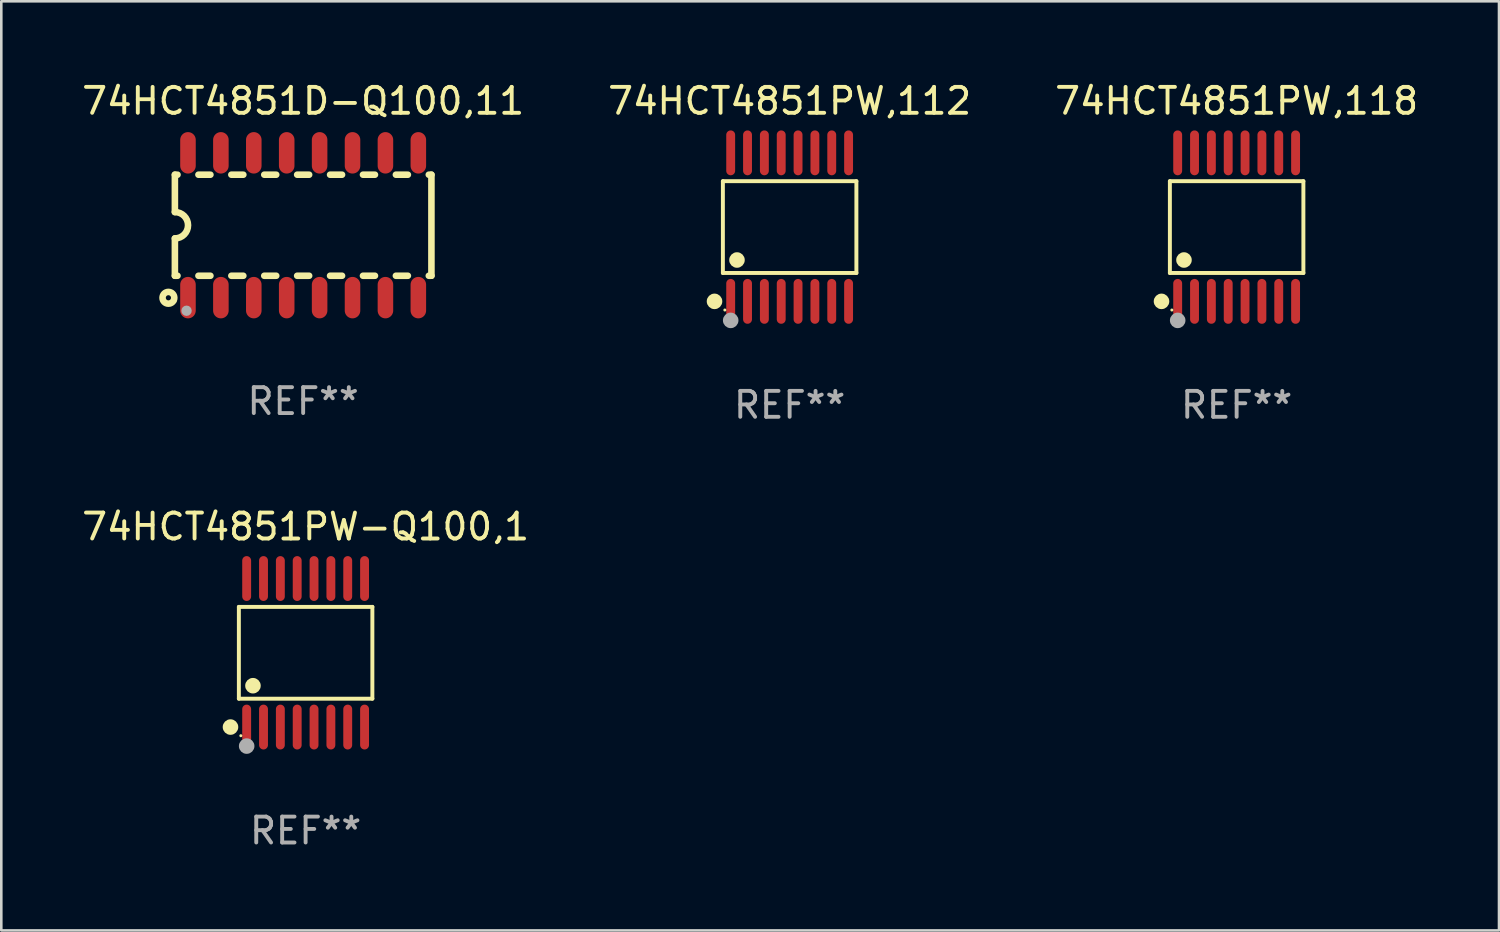
<source format=kicad_pcb>
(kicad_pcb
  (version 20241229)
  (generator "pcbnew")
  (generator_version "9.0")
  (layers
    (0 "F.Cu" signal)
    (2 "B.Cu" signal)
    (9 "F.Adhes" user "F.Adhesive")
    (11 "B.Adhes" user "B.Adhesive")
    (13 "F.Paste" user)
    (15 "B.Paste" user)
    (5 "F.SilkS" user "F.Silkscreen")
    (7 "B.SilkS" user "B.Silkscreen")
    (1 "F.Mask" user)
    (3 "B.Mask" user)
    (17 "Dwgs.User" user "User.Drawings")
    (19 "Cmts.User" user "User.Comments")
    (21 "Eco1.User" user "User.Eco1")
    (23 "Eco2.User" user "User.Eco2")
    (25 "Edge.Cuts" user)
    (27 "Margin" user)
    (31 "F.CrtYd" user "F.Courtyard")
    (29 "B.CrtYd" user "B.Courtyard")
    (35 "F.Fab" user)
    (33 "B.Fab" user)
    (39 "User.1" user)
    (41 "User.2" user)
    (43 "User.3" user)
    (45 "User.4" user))
  (footprint "74HCT4851PW,112"
    (layer "F.Cu")
    (at 27.423 5.714)
    (property "Reference" "74HCT4851PW,112" (at 0 -4.866 0) (layer "F.SilkS") (effects (font (size 1 1) (thickness 0.15))))
    (attr through_hole)
    (fp_line (start -2.576 -1.772) (end 2.576 -1.772) (stroke (width 0.152) (type solid)) (layer "F.SilkS"))
    (fp_line (start -2.576 1.771) (end -2.576 -1.772) (stroke (width 0.152) (type solid)) (layer "F.SilkS"))
    (fp_line (start 2.576 -1.772) (end 2.576 1.771) (stroke (width 0.152) (type solid)) (layer "F.SilkS"))
    (fp_line (start 2.576 1.771) (end -2.576 1.771) (stroke (width 0.152) (type solid)) (layer "F.SilkS"))
    (fp_circle (center -2.899 2.866) (end -2.749 2.866) (stroke (width 0.3) (type solid)) (fill no) (layer "F.SilkS"))
    (fp_circle (center -2.5 3.2) (end -2.47 3.2) (stroke (width 0.06) (type solid)) (fill no) (layer "F.SilkS"))
    (fp_circle (center -2.032 1.27) (end -1.882 1.27) (stroke (width 0.3) (type solid)) (fill no) (layer "F.SilkS"))
    (fp_circle (center -2.275 3.6) (end -2.125 3.6) (stroke (width 0.3) (type solid)) (fill no) (layer "F.Fab"))
    (fp_text user "REF**" (at 0 6.866 0) (layer "F.Fab") (effects (font (size 1 1) (thickness 0.15))))
    (pad "1" smd oval (at -2.275 2.866) (size 0.343 1.731) (layers "F.Cu" "F.Mask" "F.Paste"))
    (pad "2" smd oval (at -1.625 2.866) (size 0.343 1.731) (layers "F.Cu" "F.Mask" "F.Paste"))
    (pad "3" smd oval (at -0.975 2.866) (size 0.343 1.731) (layers "F.Cu" "F.Mask" "F.Paste"))
    (pad "4" smd oval (at -0.325 2.866) (size 0.343 1.731) (layers "F.Cu" "F.Mask" "F.Paste"))
    (pad "5" smd oval (at 0.325 2.866) (size 0.343 1.731) (layers "F.Cu" "F.Mask" "F.Paste"))
    (pad "6" smd oval (at 0.975 2.866) (size 0.343 1.731) (layers "F.Cu" "F.Mask" "F.Paste"))
    (pad "7" smd oval (at 1.625 2.866) (size 0.343 1.731) (layers "F.Cu" "F.Mask" "F.Paste"))
    (pad "8" smd oval (at 2.275 2.866) (size 0.343 1.731) (layers "F.Cu" "F.Mask" "F.Paste"))
    (pad "9" smd oval (at 2.275 -2.866) (size 0.343 1.731) (layers "F.Cu" "F.Mask" "F.Paste"))
    (pad "10" smd oval (at 1.625 -2.866) (size 0.343 1.731) (layers "F.Cu" "F.Mask" "F.Paste"))
    (pad "11" smd oval (at 0.975 -2.866) (size 0.343 1.731) (layers "F.Cu" "F.Mask" "F.Paste"))
    (pad "12" smd oval (at 0.325 -2.866) (size 0.343 1.731) (layers "F.Cu" "F.Mask" "F.Paste"))
    (pad "13" smd oval (at -0.325 -2.866) (size 0.343 1.731) (layers "F.Cu" "F.Mask" "F.Paste"))
    (pad "14" smd oval (at -0.975 -2.866) (size 0.343 1.731) (layers "F.Cu" "F.Mask" "F.Paste"))
    (pad "15" smd oval (at -1.625 -2.866) (size 0.343 1.731) (layers "F.Cu" "F.Mask" "F.Paste"))
    (pad "16" smd oval (at -2.275 -2.866) (size 0.343 1.731) (layers "F.Cu" "F.Mask" "F.Paste")))
  (footprint "74HCT4851PW,118"
    (layer "F.Cu")
    (at 44.673 5.714)
    (property "Reference" "74HCT4851PW,118" (at 0 -4.866 0) (layer "F.SilkS") (effects (font (size 1 1) (thickness 0.15))))
    (attr through_hole)
    (fp_line (start -2.576 -1.772) (end 2.576 -1.772) (stroke (width 0.152) (type solid)) (layer "F.SilkS"))
    (fp_line (start -2.576 1.771) (end -2.576 -1.772) (stroke (width 0.152) (type solid)) (layer "F.SilkS"))
    (fp_line (start 2.576 -1.772) (end 2.576 1.771) (stroke (width 0.152) (type solid)) (layer "F.SilkS"))
    (fp_line (start 2.576 1.771) (end -2.576 1.771) (stroke (width 0.152) (type solid)) (layer "F.SilkS"))
    (fp_circle (center -2.899 2.866) (end -2.749 2.866) (stroke (width 0.3) (type solid)) (fill no) (layer "F.SilkS"))
    (fp_circle (center -2.5 3.2) (end -2.47 3.2) (stroke (width 0.06) (type solid)) (fill no) (layer "F.SilkS"))
    (fp_circle (center -2.032 1.27) (end -1.882 1.27) (stroke (width 0.3) (type solid)) (fill no) (layer "F.SilkS"))
    (fp_circle (center -2.275 3.6) (end -2.125 3.6) (stroke (width 0.3) (type solid)) (fill no) (layer "F.Fab"))
    (fp_text user "REF**" (at 0 6.866 0) (layer "F.Fab") (effects (font (size 1 1) (thickness 0.15))))
    (pad "1" smd oval (at -2.275 2.866) (size 0.343 1.731) (layers "F.Cu" "F.Mask" "F.Paste"))
    (pad "2" smd oval (at -1.625 2.866) (size 0.343 1.731) (layers "F.Cu" "F.Mask" "F.Paste"))
    (pad "3" smd oval (at -0.975 2.866) (size 0.343 1.731) (layers "F.Cu" "F.Mask" "F.Paste"))
    (pad "4" smd oval (at -0.325 2.866) (size 0.343 1.731) (layers "F.Cu" "F.Mask" "F.Paste"))
    (pad "5" smd oval (at 0.325 2.866) (size 0.343 1.731) (layers "F.Cu" "F.Mask" "F.Paste"))
    (pad "6" smd oval (at 0.975 2.866) (size 0.343 1.731) (layers "F.Cu" "F.Mask" "F.Paste"))
    (pad "7" smd oval (at 1.625 2.866) (size 0.343 1.731) (layers "F.Cu" "F.Mask" "F.Paste"))
    (pad "8" smd oval (at 2.275 2.866) (size 0.343 1.731) (layers "F.Cu" "F.Mask" "F.Paste"))
    (pad "9" smd oval (at 2.275 -2.866) (size 0.343 1.731) (layers "F.Cu" "F.Mask" "F.Paste"))
    (pad "10" smd oval (at 1.625 -2.866) (size 0.343 1.731) (layers "F.Cu" "F.Mask" "F.Paste"))
    (pad "11" smd oval (at 0.975 -2.866) (size 0.343 1.731) (layers "F.Cu" "F.Mask" "F.Paste"))
    (pad "12" smd oval (at 0.325 -2.866) (size 0.343 1.731) (layers "F.Cu" "F.Mask" "F.Paste"))
    (pad "13" smd oval (at -0.325 -2.866) (size 0.343 1.731) (layers "F.Cu" "F.Mask" "F.Paste"))
    (pad "14" smd oval (at -0.975 -2.866) (size 0.343 1.731) (layers "F.Cu" "F.Mask" "F.Paste"))
    (pad "15" smd oval (at -1.625 -2.866) (size 0.343 1.731) (layers "F.Cu" "F.Mask" "F.Paste"))
    (pad "16" smd oval (at -2.275 -2.866) (size 0.343 1.731) (layers "F.Cu" "F.Mask" "F.Paste")))
  (footprint "74HCT4851PW-Q100,1"
    (layer "F.Cu")
    (at 8.744 22.142)
    (property "Reference" "74HCT4851PW-Q100,1" (at 0 -4.866 0) (layer "F.SilkS") (effects (font (size 1 1) (thickness 0.15))))
    (attr through_hole)
    (fp_line (start -2.576 -1.772) (end 2.576 -1.772) (stroke (width 0.152) (type solid)) (layer "F.SilkS"))
    (fp_line (start -2.576 1.771) (end -2.576 -1.772) (stroke (width 0.152) (type solid)) (layer "F.SilkS"))
    (fp_line (start 2.576 -1.772) (end 2.576 1.771) (stroke (width 0.152) (type solid)) (layer "F.SilkS"))
    (fp_line (start 2.576 1.771) (end -2.576 1.771) (stroke (width 0.152) (type solid)) (layer "F.SilkS"))
    (fp_circle (center -2.899 2.866) (end -2.749 2.866) (stroke (width 0.3) (type solid)) (fill no) (layer "F.SilkS"))
    (fp_circle (center -2.5 3.2) (end -2.47 3.2) (stroke (width 0.06) (type solid)) (fill no) (layer "F.SilkS"))
    (fp_circle (center -2.032 1.27) (end -1.882 1.27) (stroke (width 0.3) (type solid)) (fill no) (layer "F.SilkS"))
    (fp_circle (center -2.275 3.6) (end -2.125 3.6) (stroke (width 0.3) (type solid)) (fill no) (layer "F.Fab"))
    (fp_text user "REF**" (at 0 6.866 0) (layer "F.Fab") (effects (font (size 1 1) (thickness 0.15))))
    (pad "1" smd oval (at -2.275 2.866) (size 0.343 1.731) (layers "F.Cu" "F.Mask" "F.Paste"))
    (pad "2" smd oval (at -1.625 2.866) (size 0.343 1.731) (layers "F.Cu" "F.Mask" "F.Paste"))
    (pad "3" smd oval (at -0.975 2.866) (size 0.343 1.731) (layers "F.Cu" "F.Mask" "F.Paste"))
    (pad "4" smd oval (at -0.325 2.866) (size 0.343 1.731) (layers "F.Cu" "F.Mask" "F.Paste"))
    (pad "5" smd oval (at 0.325 2.866) (size 0.343 1.731) (layers "F.Cu" "F.Mask" "F.Paste"))
    (pad "6" smd oval (at 0.975 2.866) (size 0.343 1.731) (layers "F.Cu" "F.Mask" "F.Paste"))
    (pad "7" smd oval (at 1.625 2.866) (size 0.343 1.731) (layers "F.Cu" "F.Mask" "F.Paste"))
    (pad "8" smd oval (at 2.275 2.866) (size 0.343 1.731) (layers "F.Cu" "F.Mask" "F.Paste"))
    (pad "9" smd oval (at 2.275 -2.866) (size 0.343 1.731) (layers "F.Cu" "F.Mask" "F.Paste"))
    (pad "10" smd oval (at 1.625 -2.866) (size 0.343 1.731) (layers "F.Cu" "F.Mask" "F.Paste"))
    (pad "11" smd oval (at 0.975 -2.866) (size 0.343 1.731) (layers "F.Cu" "F.Mask" "F.Paste"))
    (pad "12" smd oval (at 0.325 -2.866) (size 0.343 1.731) (layers "F.Cu" "F.Mask" "F.Paste"))
    (pad "13" smd oval (at -0.325 -2.866) (size 0.343 1.731) (layers "F.Cu" "F.Mask" "F.Paste"))
    (pad "14" smd oval (at -0.975 -2.866) (size 0.343 1.731) (layers "F.Cu" "F.Mask" "F.Paste"))
    (pad "15" smd oval (at -1.625 -2.866) (size 0.343 1.731) (layers "F.Cu" "F.Mask" "F.Paste"))
    (pad "16" smd oval (at -2.275 -2.866) (size 0.343 1.731) (layers "F.Cu" "F.Mask" "F.Paste")))
  (footprint "74HCT4851D-Q100,11"
    (layer "F.Cu")
    (at 8.649 5.642)
    (property "Reference" "74HCT4851D-Q100,11" (at 0 -4.794 0) (layer "F.SilkS") (effects (font (size 1 1) (thickness 0.15))))
    (attr through_hole)
    (fp_line (start -4.95 -1.95) (end -4.95 -0.508) (stroke (width 0.254) (type solid)) (layer "F.SilkS"))
    (fp_line (start -4.95 -1.95) (end -4.849 -1.95) (stroke (width 0.254) (type solid)) (layer "F.SilkS"))
    (fp_line (start -4.95 1.95) (end -4.95 0.508) (stroke (width 0.254) (type solid)) (layer "F.SilkS"))
    (fp_line (start -4.95 1.95) (end -4.849 1.95) (stroke (width 0.254) (type solid)) (layer "F.SilkS"))
    (fp_line (start -4.041 -1.95) (end -3.579 -1.95) (stroke (width 0.254) (type solid)) (layer "F.SilkS"))
    (fp_line (start -4.041 1.95) (end -3.579 1.95) (stroke (width 0.254) (type solid)) (layer "F.SilkS"))
    (fp_line (start -2.771 -1.95) (end -2.309 -1.95) (stroke (width 0.254) (type solid)) (layer "F.SilkS"))
    (fp_line (start -2.771 1.95) (end -2.309 1.95) (stroke (width 0.254) (type solid)) (layer "F.SilkS"))
    (fp_line (start -1.501 -1.95) (end -1.039 -1.95) (stroke (width 0.254) (type solid)) (layer "F.SilkS"))
    (fp_line (start -1.501 1.95) (end -1.039 1.95) (stroke (width 0.254) (type solid)) (layer "F.SilkS"))
    (fp_line (start -0.231 -1.95) (end 0.231 -1.95) (stroke (width 0.254) (type solid)) (layer "F.SilkS"))
    (fp_line (start -0.231 1.95) (end 0.231 1.95) (stroke (width 0.254) (type solid)) (layer "F.SilkS"))
    (fp_line (start 1.039 -1.95) (end 1.501 -1.95) (stroke (width 0.254) (type solid)) (layer "F.SilkS"))
    (fp_line (start 1.039 1.95) (end 1.501 1.95) (stroke (width 0.254) (type solid)) (layer "F.SilkS"))
    (fp_line (start 2.309 -1.95) (end 2.771 -1.95) (stroke (width 0.254) (type solid)) (layer "F.SilkS"))
    (fp_line (start 2.309 1.95) (end 2.771 1.95) (stroke (width 0.254) (type solid)) (layer "F.SilkS"))
    (fp_line (start 3.579 -1.95) (end 4.041 -1.95) (stroke (width 0.254) (type solid)) (layer "F.SilkS"))
    (fp_line (start 3.579 1.95) (end 4.041 1.95) (stroke (width 0.254) (type solid)) (layer "F.SilkS"))
    (fp_line (start 4.849 -1.95) (end 4.95 -1.95) (stroke (width 0.254) (type solid)) (layer "F.SilkS"))
    (fp_line (start 4.849 1.95) (end 4.95 1.95) (stroke (width 0.254) (type solid)) (layer "F.SilkS"))
    (fp_line (start 4.95 -1.95) (end 4.95 1.95) (stroke (width 0.254) (type solid)) (layer "F.SilkS"))
    (fp_arc (start -4.95047 -0.508001) (mid -4.442469 -0.000228) (end -4.950013 0.508001) (stroke (width 0.254001) (type solid)) (layer "F.SilkS"))
    (fp_circle (center -5.2 2.8) (end -5.1 2.8) (stroke (width 0.254) (type solid)) (fill no) (layer "F.SilkS"))
    (fp_circle (center -4.95 2.947) (end -4.92 2.947) (stroke (width 0.06) (type solid)) (fill no) (layer "F.SilkS"))
    (fp_circle (center -4.5 3.3) (end -4.4 3.3) (stroke (width 0.2) (type solid)) (fill no) (layer "F.Fab"))
    (fp_text user "REF**" (at 0 6.794 0) (layer "F.Fab") (effects (font (size 1 1) (thickness 0.15))))
    (pad "1" smd oval (at -4.445 2.794) (size 0.6 1.6) (layers "F.Cu" "F.Mask" "F.Paste"))
    (pad "2" smd oval (at -3.175 2.794) (size 0.6 1.6) (layers "F.Cu" "F.Mask" "F.Paste"))
    (pad "3" smd oval (at -1.905 2.794) (size 0.6 1.6) (layers "F.Cu" "F.Mask" "F.Paste"))
    (pad "4" smd oval (at -0.635 2.794) (size 0.6 1.6) (layers "F.Cu" "F.Mask" "F.Paste"))
    (pad "5" smd oval (at 0.635 2.794) (size 0.6 1.6) (layers "F.Cu" "F.Mask" "F.Paste"))
    (pad "6" smd oval (at 1.905 2.794) (size 0.6 1.6) (layers "F.Cu" "F.Mask" "F.Paste"))
    (pad "7" smd oval (at 3.175 2.794) (size 0.6 1.6) (layers "F.Cu" "F.Mask" "F.Paste"))
    (pad "8" smd oval (at 4.445 2.794) (size 0.6 1.6) (layers "F.Cu" "F.Mask" "F.Paste"))
    (pad "9" smd oval (at 4.445 -2.794) (size 0.6 1.6) (layers "F.Cu" "F.Mask" "F.Paste"))
    (pad "10" smd oval (at 3.175 -2.794) (size 0.6 1.6) (layers "F.Cu" "F.Mask" "F.Paste"))
    (pad "11" smd oval (at 1.905 -2.794) (size 0.6 1.6) (layers "F.Cu" "F.Mask" "F.Paste"))
    (pad "12" smd oval (at 0.635 -2.794) (size 0.6 1.6) (layers "F.Cu" "F.Mask" "F.Paste"))
    (pad "13" smd oval (at -0.635 -2.794) (size 0.6 1.6) (layers "F.Cu" "F.Mask" "F.Paste"))
    (pad "14" smd oval (at -1.905 -2.794) (size 0.6 1.6) (layers "F.Cu" "F.Mask" "F.Paste"))
    (pad "15" smd oval (at -3.175 -2.794) (size 0.6 1.6) (layers "F.Cu" "F.Mask" "F.Paste"))
    (pad "16" smd oval (at -4.445 -2.794) (size 0.6 1.6) (layers "F.Cu" "F.Mask" "F.Paste")))
  (gr_rect
    (start -3 -3)
    (end 54.798 32.856)
    (stroke (width 0.1) (type default))
    (fill no)
    (layer "Edge.Cuts")))
</source>
